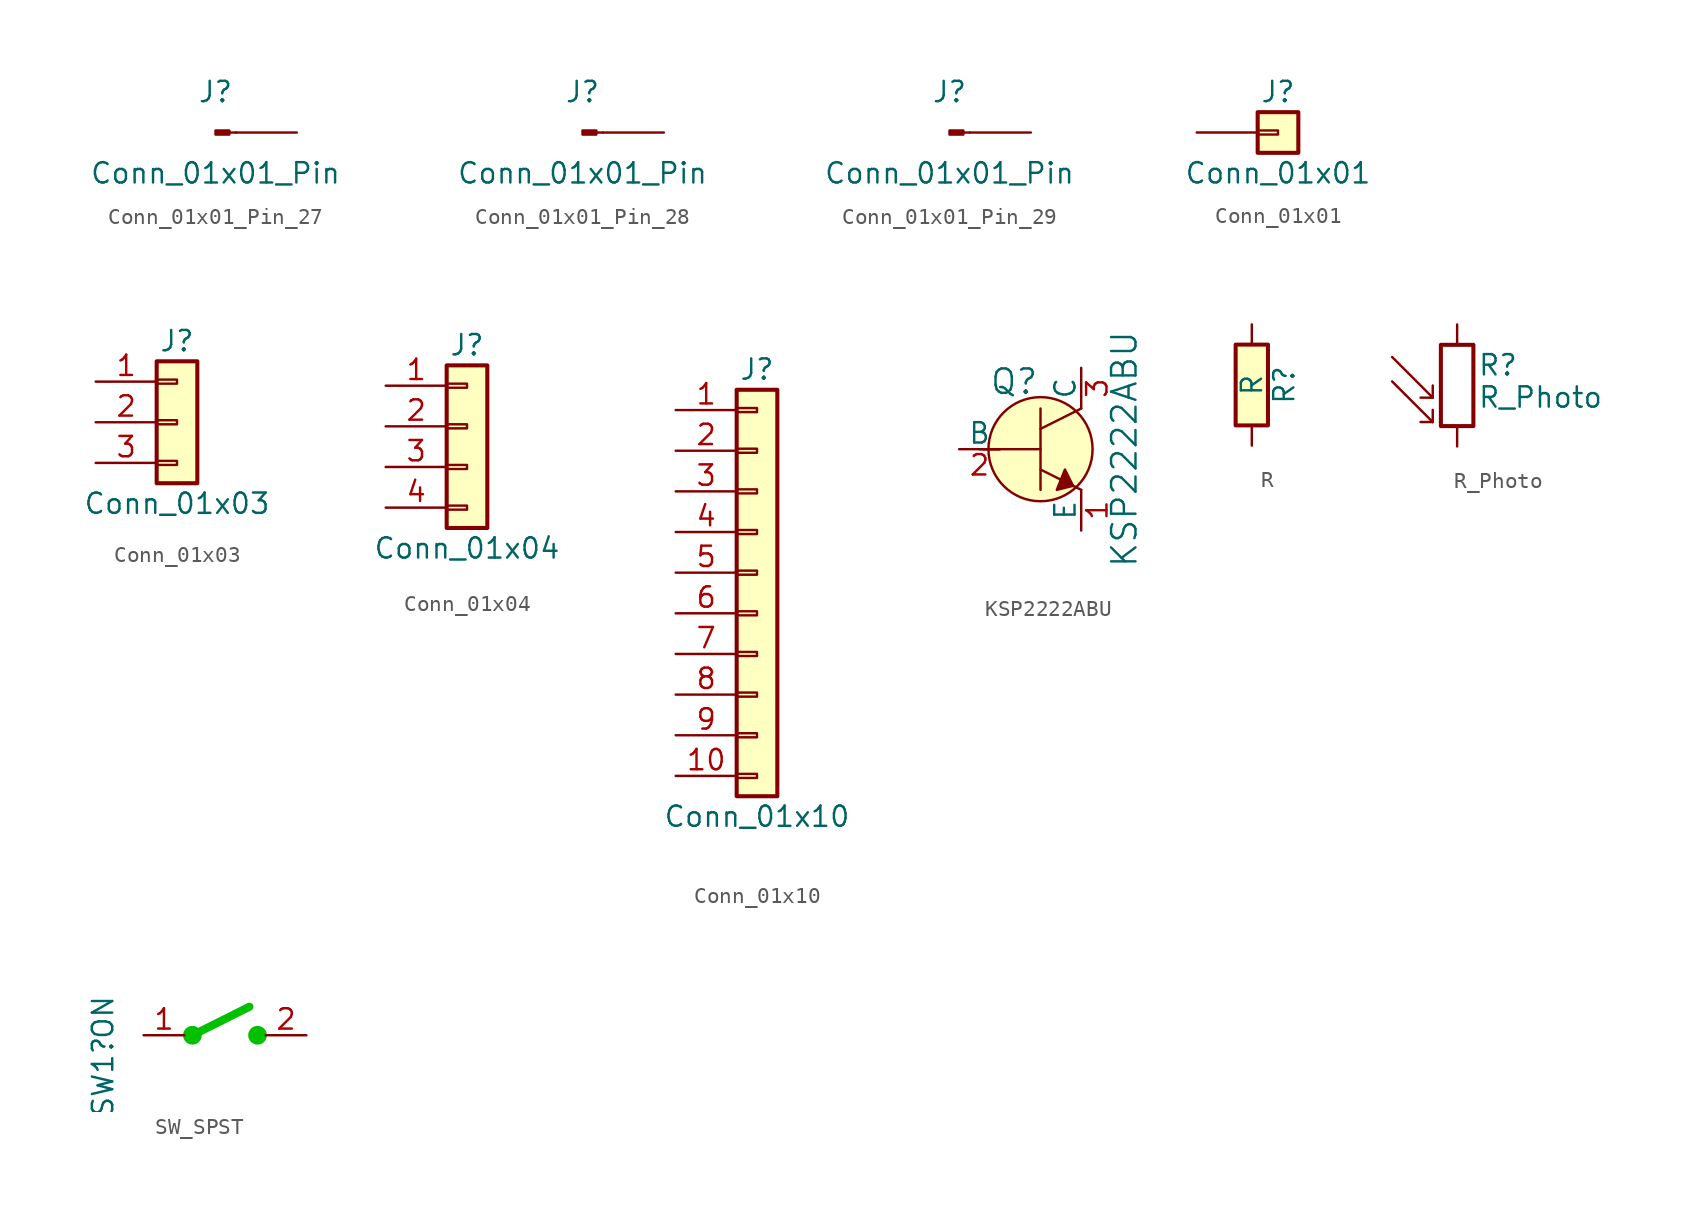
<source format=kicad_sym>
(kicad_symbol_lib
  (version 20231120)
  (generator "kicad_symbol_editor")
  (generator_version "8.0")
  (symbol "Conn_01x01_Pin_27"
    (pin_numbers hide)
    (pin_names
      (offset 1.016) hide)
    (property "Reference" "J"
      (at 0 2.54 0)
      (effects (font (size 1.27 1.27))))
    (property "Value" "Conn_01x01_Pin"
      (at 0 -2.54 0)
      (effects (font (size 1.27 1.27))))
    (property "ki_locked" ""
      (at 0 0 0)
      (effects (font (size 1.27 1.27))))
    (symbol "Conn_01x01_Pin_27_1_1"
      (polyline (pts (xy 1.27 0) (xy 0.864 0)) (stroke (width 0.152) (type default)) (fill (type none)))
      (rectangle (start 0.864 0.127) (end 0 -0.127) (stroke (width 0.152) (type default)) (fill (type outline)))
      (pin passive line (at 5.08 0 180) (length 3.81) (name "Pin_1" (effects (font (size 1.27 1.27)))) (number "1" (effects (font (size 1.27 1.27)))))))
  (symbol "Conn_01x01_Pin_28"
    (pin_numbers hide)
    (pin_names
      (offset 1.016) hide)
    (property "Reference" "J"
      (at 0 2.54 0)
      (effects (font (size 1.27 1.27))))
    (property "Value" "Conn_01x01_Pin"
      (at 0 -2.54 0)
      (effects (font (size 1.27 1.27))))
    (property "ki_locked" ""
      (at 0 0 0)
      (effects (font (size 1.27 1.27))))
    (symbol "Conn_01x01_Pin_28_1_1"
      (polyline (pts (xy 1.27 0) (xy 0.864 0)) (stroke (width 0.152) (type default)) (fill (type none)))
      (rectangle (start 0.864 0.127) (end 0 -0.127) (stroke (width 0.152) (type default)) (fill (type outline)))
      (pin passive line (at 5.08 0 180) (length 3.81) (name "Pin_1" (effects (font (size 1.27 1.27)))) (number "1" (effects (font (size 1.27 1.27)))))))
  (symbol "Conn_01x01_Pin_29"
    (pin_numbers hide)
    (pin_names
      (offset 1.016) hide)
    (property "Reference" "J"
      (at 0 2.54 0)
      (effects (font (size 1.27 1.27))))
    (property "Value" "Conn_01x01_Pin"
      (at 0 -2.54 0)
      (effects (font (size 1.27 1.27))))
    (property "ki_locked" ""
      (at 0 0 0)
      (effects (font (size 1.27 1.27))))
    (symbol "Conn_01x01_Pin_29_1_1"
      (polyline (pts (xy 1.27 0) (xy 0.864 0)) (stroke (width 0.152) (type default)) (fill (type none)))
      (rectangle (start 0.864 0.127) (end 0 -0.127) (stroke (width 0.152) (type default)) (fill (type outline)))
      (pin passive line (at 5.08 0 180) (length 3.81) (name "Pin_1" (effects (font (size 1.27 1.27)))) (number "1" (effects (font (size 1.27 1.27)))))))
  (symbol "Conn_01x01"
    (pin_numbers hide)
    (pin_names
      (offset 1.016) hide)
    (property "Reference" "J"
      (at 0 2.54 0)
      (effects (font (size 1.27 1.27))))
    (property "Value" "Conn_01x01"
      (at 0 -2.54 0)
      (effects (font (size 1.27 1.27))))
    (symbol "Conn_01x01_1_1"
      (rectangle (start -1.27 0.127) (end 0 -0.127) (stroke (width 0.152) (type default)) (fill (type none)))
      (rectangle (start -1.27 1.27) (end 1.27 -1.27) (stroke (width 0.254) (type default)) (fill (type background)))
      (pin passive line (at -5.08 0 0) (length 3.81) (name "Pin_1" (effects (font (size 1.27 1.27)))) (number "1" (effects (font (size 1.27 1.27)))))))
  (symbol "Conn_01x03"
    (pin_names
      (offset 1.016) hide)
    (property "Reference" "J"
      (at 0 5.08 0)
      (effects (font (size 1.27 1.27))))
    (property "Value" "Conn_01x03"
      (at 0 -5.08 0)
      (effects (font (size 1.27 1.27))))
    (symbol "Conn_01x03_1_1"
      (rectangle (start -1.27 -2.413) (end 0 -2.667) (stroke (width 0.152) (type default)) (fill (type none)))
      (rectangle (start -1.27 0.127) (end 0 -0.127) (stroke (width 0.152) (type default)) (fill (type none)))
      (rectangle (start -1.27 2.667) (end 0 2.413) (stroke (width 0.152) (type default)) (fill (type none)))
      (rectangle (start -1.27 3.81) (end 1.27 -3.81) (stroke (width 0.254) (type default)) (fill (type background)))
      (pin passive line (at -5.08 2.54 0) (length 3.81) (name "Pin_1" (effects (font (size 1.27 1.27)))) (number "1" (effects (font (size 1.27 1.27)))))
      (pin passive line (at -5.08 0 0) (length 3.81) (name "Pin_2" (effects (font (size 1.27 1.27)))) (number "2" (effects (font (size 1.27 1.27)))))
      (pin passive line (at -5.08 -2.54 0) (length 3.81) (name "Pin_3" (effects (font (size 1.27 1.27)))) (number "3" (effects (font (size 1.27 1.27)))))))
  (symbol "Conn_01x04"
    (pin_names
      (offset 1.016) hide)
    (property "Reference" "J"
      (at 0 5.08 0)
      (effects (font (size 1.27 1.27))))
    (property "Value" "Conn_01x04"
      (at 0 -7.62 0)
      (effects (font (size 1.27 1.27))))
    (symbol "Conn_01x04_1_1"
      (rectangle (start -1.27 -4.953) (end 0 -5.207) (stroke (width 0.152) (type default)) (fill (type none)))
      (rectangle (start -1.27 -2.413) (end 0 -2.667) (stroke (width 0.152) (type default)) (fill (type none)))
      (rectangle (start -1.27 0.127) (end 0 -0.127) (stroke (width 0.152) (type default)) (fill (type none)))
      (rectangle (start -1.27 2.667) (end 0 2.413) (stroke (width 0.152) (type default)) (fill (type none)))
      (rectangle (start -1.27 3.81) (end 1.27 -6.35) (stroke (width 0.254) (type default)) (fill (type background)))
      (pin passive line (at -5.08 2.54 0) (length 3.81) (name "Pin_1" (effects (font (size 1.27 1.27)))) (number "1" (effects (font (size 1.27 1.27)))))
      (pin passive line (at -5.08 0 0) (length 3.81) (name "Pin_2" (effects (font (size 1.27 1.27)))) (number "2" (effects (font (size 1.27 1.27)))))
      (pin passive line (at -5.08 -2.54 0) (length 3.81) (name "Pin_3" (effects (font (size 1.27 1.27)))) (number "3" (effects (font (size 1.27 1.27)))))
      (pin passive line (at -5.08 -5.08 0) (length 3.81) (name "Pin_4" (effects (font (size 1.27 1.27)))) (number "4" (effects (font (size 1.27 1.27)))))))
  (symbol "Conn_01x10"
    (pin_names
      (offset 1.016) hide)
    (property "Reference" "J"
      (at 0 12.7 0)
      (effects (font (size 1.27 1.27))))
    (property "Value" "Conn_01x10"
      (at 0 -15.24 0)
      (effects (font (size 1.27 1.27))))
    (symbol "Conn_01x10_1_1"
      (rectangle (start -1.27 -12.573) (end 0 -12.827) (stroke (width 0.152) (type default)) (fill (type none)))
      (rectangle (start -1.27 -10.033) (end 0 -10.287) (stroke (width 0.152) (type default)) (fill (type none)))
      (rectangle (start -1.27 -7.493) (end 0 -7.747) (stroke (width 0.152) (type default)) (fill (type none)))
      (rectangle (start -1.27 -4.953) (end 0 -5.207) (stroke (width 0.152) (type default)) (fill (type none)))
      (rectangle (start -1.27 -2.413) (end 0 -2.667) (stroke (width 0.152) (type default)) (fill (type none)))
      (rectangle (start -1.27 0.127) (end 0 -0.127) (stroke (width 0.152) (type default)) (fill (type none)))
      (rectangle (start -1.27 2.667) (end 0 2.413) (stroke (width 0.152) (type default)) (fill (type none)))
      (rectangle (start -1.27 5.207) (end 0 4.953) (stroke (width 0.152) (type default)) (fill (type none)))
      (rectangle (start -1.27 7.747) (end 0 7.493) (stroke (width 0.152) (type default)) (fill (type none)))
      (rectangle (start -1.27 10.287) (end 0 10.033) (stroke (width 0.152) (type default)) (fill (type none)))
      (rectangle (start -1.27 11.43) (end 1.27 -13.97) (stroke (width 0.254) (type default)) (fill (type background)))
      (pin passive line (at -5.08 10.16 0) (length 3.81) (name "Pin_1" (effects (font (size 1.27 1.27)))) (number "1" (effects (font (size 1.27 1.27)))))
      (pin passive line (at -5.08 -12.7 0) (length 3.81) (name "Pin_10" (effects (font (size 1.27 1.27)))) (number "10" (effects (font (size 1.27 1.27)))))
      (pin passive line (at -5.08 7.62 0) (length 3.81) (name "Pin_2" (effects (font (size 1.27 1.27)))) (number "2" (effects (font (size 1.27 1.27)))))
      (pin passive line (at -5.08 5.08 0) (length 3.81) (name "Pin_3" (effects (font (size 1.27 1.27)))) (number "3" (effects (font (size 1.27 1.27)))))
      (pin passive line (at -5.08 2.54 0) (length 3.81) (name "Pin_4" (effects (font (size 1.27 1.27)))) (number "4" (effects (font (size 1.27 1.27)))))
      (pin passive line (at -5.08 0 0) (length 3.81) (name "Pin_5" (effects (font (size 1.27 1.27)))) (number "5" (effects (font (size 1.27 1.27)))))
      (pin passive line (at -5.08 -2.54 0) (length 3.81) (name "Pin_6" (effects (font (size 1.27 1.27)))) (number "6" (effects (font (size 1.27 1.27)))))
      (pin passive line (at -5.08 -5.08 0) (length 3.81) (name "Pin_7" (effects (font (size 1.27 1.27)))) (number "7" (effects (font (size 1.27 1.27)))))
      (pin passive line (at -5.08 -7.62 0) (length 3.81) (name "Pin_8" (effects (font (size 1.27 1.27)))) (number "8" (effects (font (size 1.27 1.27)))))
      (pin passive line (at -5.08 -10.16 0) (length 3.81) (name "Pin_9" (effects (font (size 1.27 1.27)))) (number "9" (effects (font (size 1.27 1.27)))))))
  (symbol "KSP2222ABU"
    (pin_names
      (offset 0))
    (property "Reference" "Q"
      (at -3.2 4.216 0)
      (effects (font (size 1.524 1.524)) (justify left)))
    (property "Value" "KSP2222ABU"
      (at 5.232 0 90)
      (effects (font (size 1.524 1.524))))
    (symbol "KSP2222ABU_0_1"
      (polyline (pts (xy -3.81 0) (xy -2.54 0)) (stroke (width 0) (type solid)) (fill (type none)))
      (polyline (pts (xy -3.556 0) (xy 0 0)) (stroke (width 0) (type solid)) (fill (type none)))
      (polyline (pts (xy 0 -1.27) (xy 2.54 -2.54)) (stroke (width 0) (type solid)) (fill (type none)))
      (polyline (pts (xy 0 1.27) (xy 2.54 2.54)) (stroke (width 0) (type solid)) (fill (type none)))
      (polyline (pts (xy 0 2.54) (xy 0 -2.54)) (stroke (width 0) (type solid)) (fill (type none)))
      (polyline (pts (xy 1.524 -1.27) (xy 2.032 -2.286) (xy 1.016 -2.54) (xy 1.524 -1.27)) (stroke (width 0) (type solid)) (fill (type outline)))
      (circle (center 0 0) (radius 3.251) (stroke (width 0) (type solid)) (fill (type background))))
    (symbol "KSP2222ABU_1_1"
      (pin passive line (at 2.54 -5.08 90) (length 2.54) (name "E" (effects (font (size 1.27 1.27)))) (number "1" (effects (font (size 1.27 1.27)))))
      (pin input line (at -5.08 0 0) (length 2.54) (name "B" (effects (font (size 1.27 1.27)))) (number "2" (effects (font (size 1.27 1.27)))))
      (pin passive line (at 2.54 5.08 270) (length 2.54) (name "C" (effects (font (size 1.27 1.27)))) (number "3" (effects (font (size 1.27 1.27)))))))
  (symbol "R"
    (pin_numbers hide)
    (pin_names
      (offset 0))
    (property "Reference" "R"
      (at 2.032 0 90)
      (effects (font (size 1.27 1.27))))
    (property "Value" "R"
      (at 0 0 90)
      (effects (font (size 1.27 1.27))))
    (symbol "R_1_1"
      (rectangle (start -1.016 2.54) (end 1.016 -2.54) (stroke (width 0.254) (type default)) (fill (type background)))
      (pin passive line (at 0 3.81 270) (length 1.27) (name "~" (effects (font (size 1.27 1.27)))) (number "1" (effects (font (size 1.27 1.27)))))
      (pin passive line (at 0 -3.81 90) (length 1.27) (name "~" (effects (font (size 1.27 1.27)))) (number "2" (effects (font (size 1.27 1.27)))))))
  (symbol "R_Photo"
    (pin_numbers hide)
    (pin_names
      (offset 0))
    (property "Reference" "R"
      (at 1.27 1.27 0)
      (effects (font (size 1.27 1.27)) (justify left)))
    (property "Value" "R_Photo"
      (at 1.27 0 0)
      (effects (font (size 1.27 1.27)) (justify left top)))
    (symbol "R_Photo_0_1"
      (rectangle (start -1.016 2.54) (end 1.016 -2.54) (stroke (width 0.254) (type default)) (fill (type none)))
      (polyline (pts (xy -1.524 -2.286) (xy -4.064 0.254)) (stroke (width 0) (type default)) (fill (type none)))
      (polyline (pts (xy -1.524 -2.286) (xy -2.286 -2.286)) (stroke (width 0) (type default)) (fill (type none)))
      (polyline (pts (xy -1.524 -2.286) (xy -1.524 -1.524)) (stroke (width 0) (type default)) (fill (type none)))
      (polyline (pts (xy -1.524 -0.762) (xy -4.064 1.778)) (stroke (width 0) (type default)) (fill (type none)))
      (polyline (pts (xy -1.524 -0.762) (xy -2.286 -0.762)) (stroke (width 0) (type default)) (fill (type none)))
      (polyline (pts (xy -1.524 -0.762) (xy -1.524 0)) (stroke (width 0) (type default)) (fill (type none))))
    (symbol "R_Photo_1_1"
      (pin passive line (at 0 3.81 270) (length 1.27) (name "~" (effects (font (size 1.27 1.27)))) (number "1" (effects (font (size 1.27 1.27)))))
      (pin passive line (at 0 -3.81 90) (length 1.27) (name "~" (effects (font (size 1.27 1.27)))) (number "2" (effects (font (size 1.27 1.27)))))))
  (symbol "SW_SPST"
    (pin_names
      (offset 0) hide)
    (property "Reference" "SW1"
      (at -7.62 0 90)
      (effects (font (size 1.27 1.27)) (justify right)))
    (property "Value" "ON"
      (at -7.62 2.54 90)
      (effects (font (size 1.27 1.27)) (justify right)))
    (symbol "SW_SPST_1_0"
      (circle (center -2.032 0) (radius 0.508) (stroke (width 0) (type default) (color 0 192 0 1)) (fill (type outline)))
      (polyline (pts (xy -1.524 0.254) (xy 1.524 1.778)) (stroke (width 0.508) (type default) (color 0 192 0 1)) (fill (type none)))
      (circle (center 2.032 0) (radius 0.508) (stroke (width 0) (type default) (color 0 192 0 1)) (fill (type outline))))
    (symbol "SW_SPST_1_1"
      (pin passive line (at -5.08 0 0) (length 2.54) (name "A" (effects (font (size 1.27 1.27)))) (number "1" (effects (font (size 1.27 1.27)))))
      (pin passive line (at 5.08 0 180) (length 2.54) (name "B" (effects (font (size 1.27 1.27)))) (number "2" (effects (font (size 1.27 1.27))))))))
</source>
